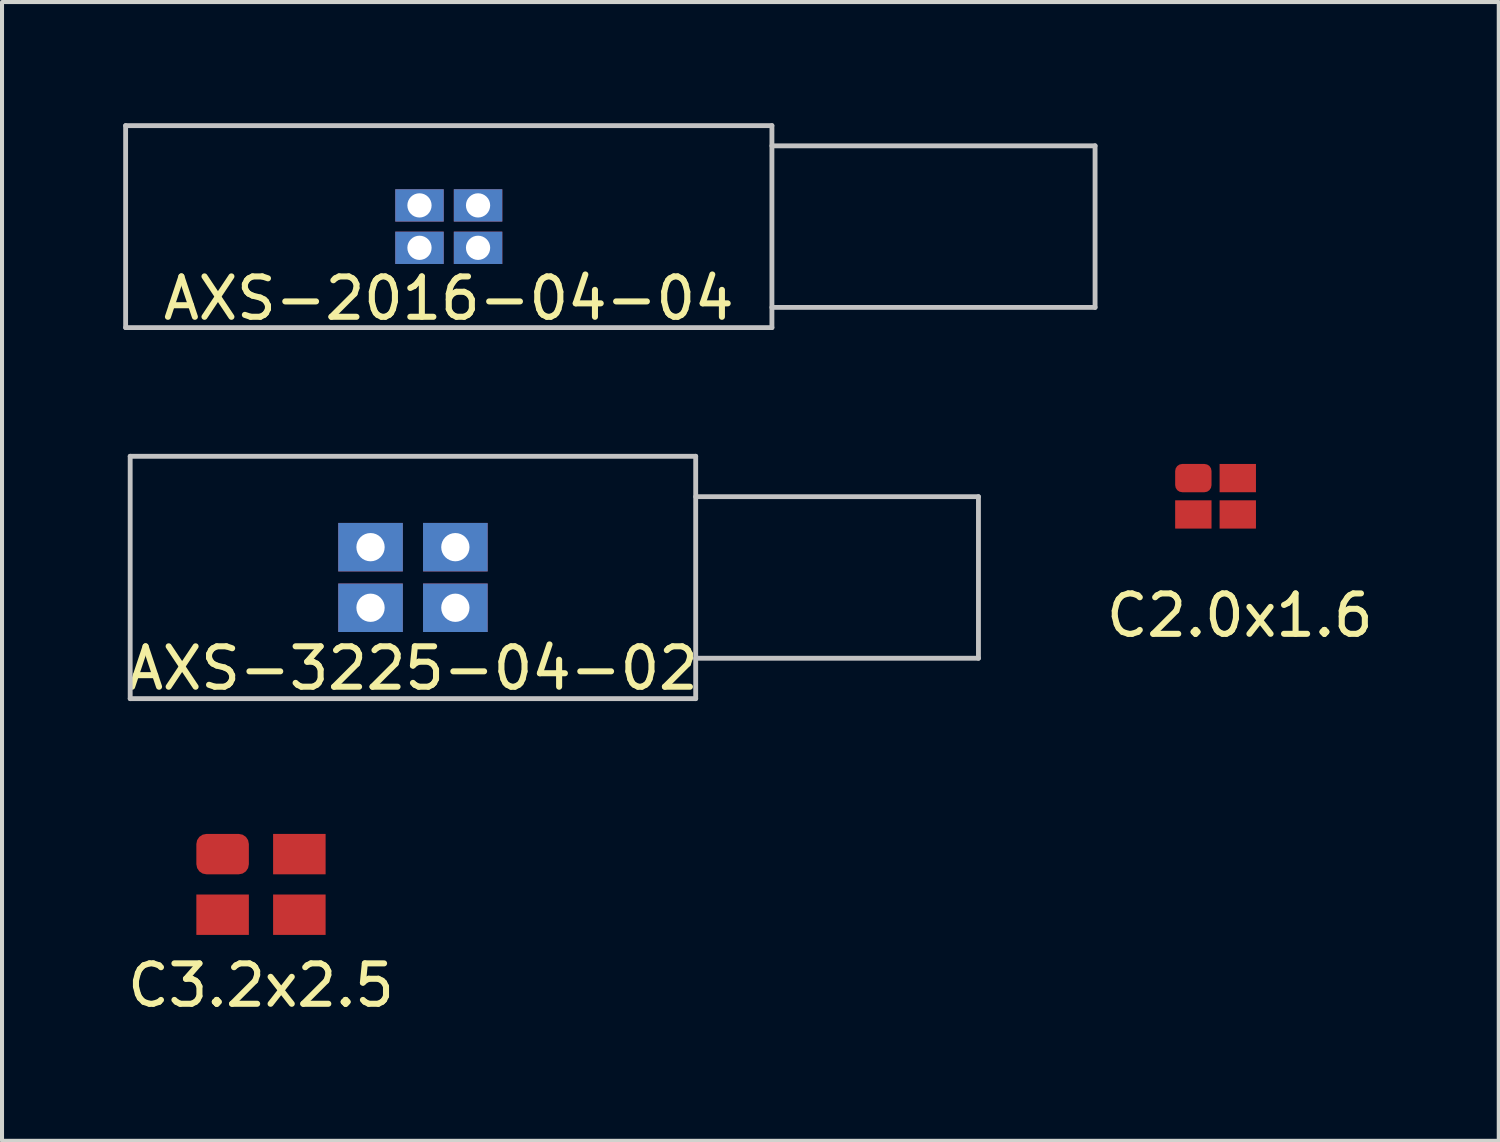
<source format=kicad_pcb>
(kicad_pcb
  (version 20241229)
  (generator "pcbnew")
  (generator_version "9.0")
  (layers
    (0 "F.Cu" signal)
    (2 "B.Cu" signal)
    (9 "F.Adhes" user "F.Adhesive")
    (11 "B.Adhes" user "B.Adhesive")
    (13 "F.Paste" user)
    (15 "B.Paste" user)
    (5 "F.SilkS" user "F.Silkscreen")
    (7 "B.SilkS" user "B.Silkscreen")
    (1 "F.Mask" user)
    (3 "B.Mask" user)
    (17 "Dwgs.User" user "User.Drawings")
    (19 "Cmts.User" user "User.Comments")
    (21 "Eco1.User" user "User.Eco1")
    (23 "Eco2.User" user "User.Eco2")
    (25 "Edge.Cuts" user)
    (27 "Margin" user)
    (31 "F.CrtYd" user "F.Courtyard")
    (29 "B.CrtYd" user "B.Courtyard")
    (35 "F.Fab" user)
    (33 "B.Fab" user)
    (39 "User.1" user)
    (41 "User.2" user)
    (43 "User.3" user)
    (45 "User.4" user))
  (footprint "C3.2x2.5"
    (layer "F.Cu")
    (at 1.811 17.595)
    (property "Reference" "C3.2x2.5" (at 1.6 3.75 0) (layer "F.SilkS") (effects (font (size 1 1) (thickness 0.15))))
    (attr through_hole)
    (pad "1" smd roundrect (at 0.65 0.5) (size 1.3 1) (layers "F.Cu" "F.Mask" "F.Paste") (roundrect_rratio 0.25))
    (pad "2" smd rect (at 2.55 0.5) (size 1.3 1) (layers "F.Cu" "F.Mask" "F.Paste"))
    (pad "3" smd rect (at 2.55 2) (size 1.3 1) (layers "F.Cu" "F.Mask" "F.Paste"))
    (pad "4" smd rect (at 0.65 2) (size 1.3 1) (layers "F.Cu" "F.Mask" "F.Paste")))
  (footprint "AXS-3225-04-02"
    (layer "F.Cu")
    (at 7.173 11.246)
    (property "Reference" "AXS-3225-04-02" (at 0 2.25 0) (layer "F.SilkS") (effects (font (size 1 1) (thickness 0.15))))
    (attr through_hole)
    (fp_line (start -7 -3) (end -7 3) (stroke (width 0.12) (type solid)) (layer "Dwgs.User"))
    (fp_line (start -7 3) (end 7 3) (stroke (width 0.12) (type solid)) (layer "Dwgs.User"))
    (fp_line (start 7 -3) (end -7 -3) (stroke (width 0.12) (type solid)) (layer "Dwgs.User"))
    (fp_line (start 7 -2) (end 14 -2) (stroke (width 0.12) (type solid)) (layer "Dwgs.User"))
    (fp_line (start 7 3) (end 7 -3) (stroke (width 0.12) (type solid)) (layer "Dwgs.User"))
    (fp_line (start 14 -2) (end 14 2) (stroke (width 0.12) (type solid)) (layer "Dwgs.User"))
    (fp_line (start 14 2) (end 7 2) (stroke (width 0.12) (type solid)) (layer "Dwgs.User"))
    (pad "1" thru_hole rect (at -1.05 0.75) (size 1.6 1.2) (drill 0.7) (layers "*.Cu" "*.Mask"))
    (pad "2" thru_hole rect (at -1.05 -0.75) (size 1.6 1.2) (drill 0.7) (layers "*.Cu" "*.Mask"))
    (pad "3" thru_hole rect (at 1.05 -0.75) (size 1.6 1.2) (drill 0.7) (layers "*.Cu" "*.Mask"))
    (pad "4" thru_hole rect (at 1.05 0.75) (size 1.6 1.2) (drill 0.7) (layers "*.Cu" "*.Mask")))
  (footprint "AXS-2016-04-04"
    (layer "F.Cu")
    (at 8.06 2.56)
    (property "Reference" "AXS-2016-04-04" (at 0 1.778 0) (layer "F.SilkS") (effects (font (size 1 1) (thickness 0.15))))
    (attr through_hole)
    (fp_line (start -8 -2.5) (end 8 -2.5) (stroke (width 0.12) (type solid)) (layer "Dwgs.User"))
    (fp_line (start -8 2.5) (end -8 -2.5) (stroke (width 0.12) (type solid)) (layer "Dwgs.User"))
    (fp_line (start 8 -2.5) (end 8 2.5) (stroke (width 0.12) (type solid)) (layer "Dwgs.User"))
    (fp_line (start 8 -2) (end 16 -2) (stroke (width 0.12) (type solid)) (layer "Dwgs.User"))
    (fp_line (start 8 2.5) (end -8 2.5) (stroke (width 0.12) (type solid)) (layer "Dwgs.User"))
    (fp_line (start 16 -2) (end 16 2) (stroke (width 0.12) (type solid)) (layer "Dwgs.User"))
    (fp_line (start 16 2) (end 8 2) (stroke (width 0.12) (type solid)) (layer "Dwgs.User"))
    (pad "1" thru_hole rect (at -0.725 0.525) (size 1.2 0.8) (drill 0.6) (layers "*.Cu" "*.Mask"))
    (pad "2" thru_hole rect (at -0.725 -0.525) (size 1.2 0.8) (drill 0.6) (layers "*.Cu" "*.Mask"))
    (pad "3" thru_hole rect (at 0.725 -0.525) (size 1.2 0.8) (drill 0.6) (layers "*.Cu" "*.Mask"))
    (pad "4" thru_hole rect (at 0.725 0.525) (size 1.2 0.8) (drill 0.6) (layers "*.Cu" "*.Mask")))
  (footprint "C2.0x1.6"
    (layer "F.Cu")
    (at 26.043 8.436)
    (property "Reference" "C2.0x1.6" (at 1.6 3.75 0) (layer "F.SilkS") (effects (font (size 1 1) (thickness 0.15))))
    (attr through_hole)
    (pad "1" smd roundrect (at 0.45 0.35) (size 0.9 0.7) (layers "F.Cu" "F.Mask" "F.Paste") (roundrect_rratio 0.25))
    (pad "2" smd rect (at 1.55 0.35) (size 0.9 0.7) (layers "F.Cu" "F.Mask" "F.Paste"))
    (pad "3" smd rect (at 1.55 1.25) (size 0.9 0.7) (layers "F.Cu" "F.Mask" "F.Paste"))
    (pad "4" smd rect (at 0.45 1.25) (size 0.9 0.7) (layers "F.Cu" "F.Mask" "F.Paste")))
  (gr_rect
    (start -3 -3)
    (end 34.054 25.193)
    (stroke (width 0.1) (type default))
    (fill no)
    (layer "Edge.Cuts")))
</source>
